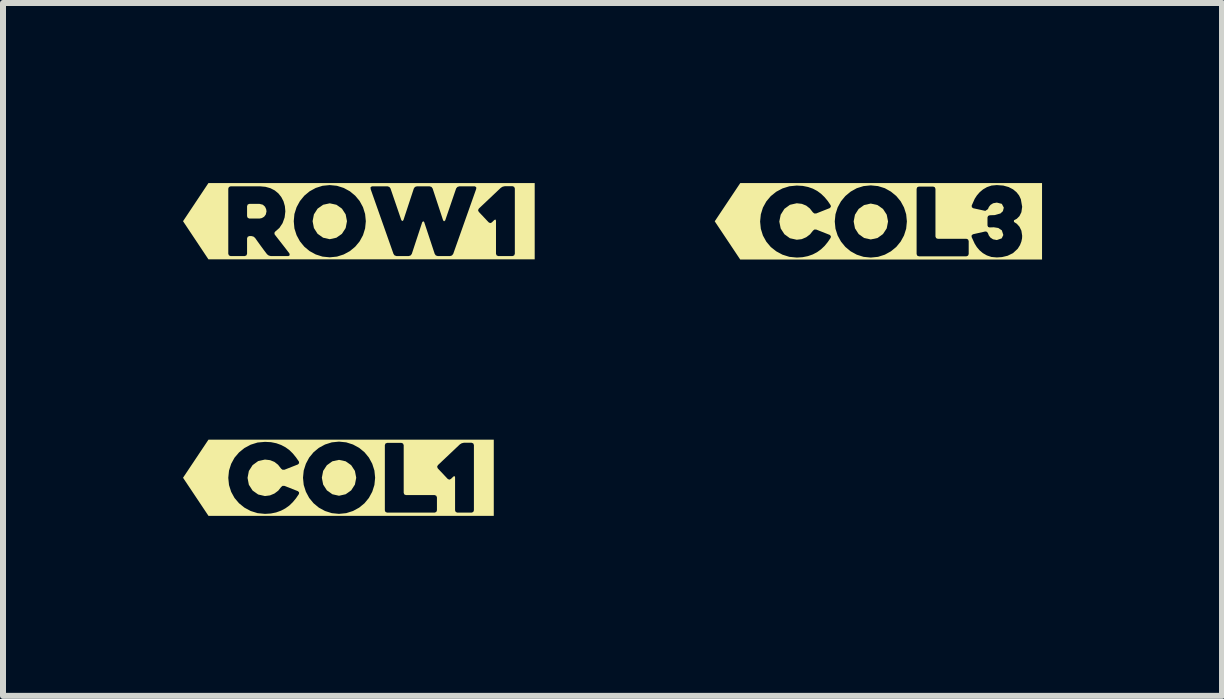
<source format=kicad_pcb>
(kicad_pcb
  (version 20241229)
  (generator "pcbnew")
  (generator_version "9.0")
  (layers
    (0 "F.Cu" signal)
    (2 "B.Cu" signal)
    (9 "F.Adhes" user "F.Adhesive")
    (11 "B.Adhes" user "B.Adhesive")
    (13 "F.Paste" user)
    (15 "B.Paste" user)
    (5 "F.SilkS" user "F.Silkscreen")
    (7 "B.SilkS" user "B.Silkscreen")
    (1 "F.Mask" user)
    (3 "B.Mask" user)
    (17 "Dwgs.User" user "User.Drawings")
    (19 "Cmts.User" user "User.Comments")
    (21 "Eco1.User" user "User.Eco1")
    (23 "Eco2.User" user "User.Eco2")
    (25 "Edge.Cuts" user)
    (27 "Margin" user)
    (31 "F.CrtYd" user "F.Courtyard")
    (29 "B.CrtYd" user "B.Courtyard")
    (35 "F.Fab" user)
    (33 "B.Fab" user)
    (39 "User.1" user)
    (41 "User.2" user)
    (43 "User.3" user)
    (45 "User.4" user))
  (footprint "kibuzzard-63106F48"
    (layer "F.Cu")
    (at 2.93 0.636)
    (property "Reference" "kibuzzard-63106F48" (at 0 -0.635 0) (layer "F.SilkS") (effects (font (size 0.001 0.001) (thickness 0.000003))))
    (attr board_only exclude_from_pos_files exclude_from_bom)
    (fp_poly (pts (xy -1.825 -0.044) (xy -1.657 -0.044) (xy -1.617 -0.052) (xy -1.579 -0.074) (xy -1.551 -0.111) (xy -1.539 -0.164) (xy -1.545 -0.201) (xy -1.564 -0.242) (xy -1.601 -0.275) (xy -1.657 -0.289) (xy -1.825 -0.289) (xy -1.852 -0.278) (xy -1.863 -0.251) (xy -1.863 -0.083) (xy -1.852 -0.056) (xy -1.825 -0.044)) (stroke (width 0) (type solid)) (fill yes) (layer "F.SilkS"))
    (fp_poly (pts (xy -0.771 0) (xy -0.749 0.114) (xy -0.688 0.21) (xy -0.596 0.275) (xy -0.485 0.3) (xy -0.374 0.275) (xy -0.282 0.21) (xy -0.22 0.114) (xy -0.198 0) (xy -0.22 -0.114) (xy -0.282 -0.209) (xy -0.374 -0.274) (xy -0.485 -0.298) (xy -0.596 -0.274) (xy -0.688 -0.209) (xy -0.749 -0.114) (xy -0.771 0)) (stroke (width 0) (type solid)) (fill yes) (layer "F.SilkS"))
    (fp_poly (pts (xy -2.176 -0.635) (xy -2.165 -0.57) (xy -2.138 -0.581) (xy -1.644 -0.581) (xy -1.556 -0.573) (xy -1.474 -0.55) (xy -1.402 -0.513) (xy -1.342 -0.464) (xy -1.293 -0.403) (xy -1.256 -0.332) (xy -1.233 -0.252) (xy -1.225 -0.164) (xy -1.237 -0.063) (xy -1.271 0.032) (xy -1.324 0.112) (xy -1.085 0) (xy -1.074 -0.12) (xy -1.038 -0.233) (xy -0.982 -0.336) (xy -0.909 -0.425) (xy -0.821 -0.498) (xy -0.719 -0.554) (xy -0.606 -0.59) (xy -0.485 -0.602) (xy -0.365 -0.59) (xy -0.252 -0.554) (xy -0.149 -0.498) (xy -0.061 -0.425) (xy 0.196 -0.535) (xy 0.195 -0.568) (xy 0.22 -0.581) (xy 0.478 -0.581) (xy 0.508 -0.571) (xy 0.527 -0.546) (xy 0.708 -0.017) (xy 0.725 -0.002) (xy 0.742 -0.017) (xy 0.916 -0.545) (xy 0.935 -0.571) (xy 0.967 -0.581) (xy 1.178 -0.581) (xy 1.21 -0.571) (xy 1.229 -0.545) (xy 1.404 -0.014) (xy 1.42 0.002) (xy 1.439 -0.014) (xy 1.621 -0.546) (xy 1.642 -0.571) (xy 1.674 -0.581) (xy 1.931 -0.581) (xy 1.955 -0.568) (xy 1.999 -0.21) (xy 2.366 -0.557) (xy 2.396 -0.575) (xy 2.431 -0.583) (xy 2.561 -0.583) (xy 2.588 -0.572) (xy 2.599 -0.545) (xy 2.599 0.543) (xy 2.588 0.57) (xy 2.561 0.581) (xy 2.323 0.581) (xy 2.296 0.57) (xy 2.285 0.543) (xy 2.285 -0.008) (xy 2.277 -0.028) (xy 2.258 -0.021) (xy 2.235 0.001) (xy 2.215 0.021) (xy 2.189 0.032) (xy 2.163 0.019) (xy 1.998 -0.156) (xy 1.986 -0.183) (xy 1.999 -0.21) (xy 1.955 -0.568) (xy 1.956 -0.54) (xy 1.572 0.545) (xy 1.551 0.571) (xy 1.52 0.581) (xy 1.315 0.581) (xy 1.283 0.571) (xy 1.264 0.545) (xy 1.089 0.016) (xy 1.073 0) (xy 1.056 0.016) (xy 0.882 0.545) (xy 0.862 0.571) (xy 0.831 0.581) (xy 0.626 0.581) (xy 0.594 0.569) (xy 0.577 0.545) (xy 0.196 -0.535) (xy -0.061 -0.425) (xy 0.013 -0.336) (xy 0.069 -0.233) (xy 0.104 -0.12) (xy 0.116 0) (xy 0.104 0.12) (xy 0.069 0.233) (xy 0.013 0.336) (xy -0.061 0.425) (xy -0.149 0.498) (xy -0.252 0.554) (xy -0.365 0.59) (xy -0.485 0.602) (xy -0.606 0.59) (xy -0.719 0.554) (xy -0.821 0.498) (xy -0.909 0.425) (xy -0.982 0.336) (xy -1.038 0.233) (xy -1.074 0.12) (xy -1.085 0) (xy -1.324 0.112) (xy -1.392 0.171) (xy -1.408 0.194) (xy -1.403 0.221) (xy -1.341 0.301) (xy -1.276 0.384) (xy -1.213 0.465) (xy -1.157 0.538) (xy -1.152 0.566) (xy -1.173 0.581) (xy -1.468 0.581) (xy -1.502 0.572) (xy -1.53 0.551) (xy -1.581 0.484) (xy -1.631 0.416) (xy -1.681 0.347) (xy -1.73 0.278) (xy -1.757 0.256) (xy -1.79 0.248) (xy -1.825 0.248) (xy -1.852 0.259) (xy -1.863 0.286) (xy -1.863 0.543) (xy -1.874 0.57) (xy -1.901 0.581) (xy -2.138 0.581) (xy -2.165 0.57) (xy -2.176 0.543) (xy -2.176 -0.543) (xy -2.165 -0.57) (xy -2.176 -0.635) (xy -2.507 -0.635) (xy -2.93 0) (xy -2.507 0.635) (xy -2.176 0.635) (xy 2.599 0.635) (xy 2.93 0.635) (xy 2.93 -0.635) (xy 2.599 -0.635) (xy -2.176 -0.635)) (stroke (width 0) (type solid)) (fill yes) (layer "F.SilkS")))
  (footprint "kibuzzard-63106F53"
    (layer "F.Cu")
    (at 11.587 0.638)
    (property "Reference" "kibuzzard-63106F53" (at 0 -0.638 0) (layer "F.SilkS") (effects (font (size 0.001 0.001) (thickness 0.000003))))
    (attr board_only exclude_from_pos_files exclude_from_bom)
    (fp_poly (pts (xy -0.412 0.002) (xy -0.39 0.117) (xy -0.329 0.212) (xy -0.238 0.278) (xy -0.127 0.302) (xy -0.015 0.278) (xy 0.077 0.212) (xy 0.139 0.117) (xy 0.161 0.002) (xy 0.139 -0.111) (xy 0.077 -0.206) (xy -0.015 -0.271) (xy -0.127 -0.296) (xy -0.238 -0.271) (xy -0.329 -0.206) (xy -0.39 -0.111) (xy -0.412 0.002)) (stroke (width 0) (type solid)) (fill yes) (layer "F.SilkS"))
    (fp_poly (pts (xy -1.971 -0.637) (xy -1.793 -0.42) (xy -1.702 -0.493) (xy -1.598 -0.548) (xy -1.483 -0.584) (xy -1.36 -0.596) (xy -1.26 -0.59) (xy -1.171 -0.572) (xy -1.091 -0.544) (xy -1.019 -0.506) (xy -0.954 -0.458) (xy -0.896 -0.402) (xy -0.843 -0.338) (xy -0.795 -0.267) (xy -0.792 -0.241) (xy -0.811 -0.22) (xy -1.036 -0.131) (xy -1.068 -0.131) (xy -1.092 -0.15) (xy -1.143 -0.215) (xy -1.203 -0.262) (xy -1.275 -0.291) (xy -1.36 -0.301) (xy -1.474 -0.275) (xy -1.566 -0.208) (xy -1.628 -0.11) (xy -0.727 0.002) (xy -0.715 -0.118) (xy -0.679 -0.231) (xy -0.623 -0.334) (xy -0.55 -0.422) (xy -0.462 -0.495) (xy -0.36 -0.552) (xy -0.247 -0.587) (xy -0.127 -0.599) (xy -0.006 -0.587) (xy 0.107 -0.552) (xy 0.209 -0.495) (xy 0.298 -0.422) (xy 0.371 -0.334) (xy 0.427 -0.231) (xy 0.463 -0.118) (xy 0.475 0.002) (xy 0.463 0.123) (xy 0.427 0.236) (xy 0.637 0.545) (xy 0.637 -0.541) (xy 0.647 -0.568) (xy 0.675 -0.579) (xy 0.913 -0.579) (xy 0.94 -0.568) (xy 0.951 -0.541) (xy 0.951 0.253) (xy 0.962 0.28) (xy 0.989 0.291) (xy 1.467 0.291) (xy 1.494 0.302) (xy 1.505 0.329) (xy 1.505 0.545) (xy 1.494 0.572) (xy 1.467 0.583) (xy 0.675 0.583) (xy 0.647 0.572) (xy 0.637 0.545) (xy 0.427 0.236) (xy 0.371 0.338) (xy 0.298 0.427) (xy 0.209 0.5) (xy 0.107 0.556) (xy -0.006 0.592) (xy -0.127 0.604) (xy -0.247 0.592) (xy -0.36 0.556) (xy -0.462 0.5) (xy -0.55 0.427) (xy -0.623 0.338) (xy -0.679 0.236) (xy -0.715 0.123) (xy -0.727 0.002) (xy -1.628 -0.11) (xy -1.651 0.004) (xy -1.628 0.119) (xy -1.566 0.215) (xy -1.474 0.282) (xy -1.36 0.307) (xy -1.277 0.297) (xy -1.202 0.265) (xy -1.139 0.217) (xy -1.09 0.156) (xy -1.067 0.137) (xy -1.036 0.137) (xy -0.811 0.226) (xy -0.792 0.246) (xy -0.795 0.274) (xy -0.843 0.345) (xy -0.896 0.41) (xy -0.955 0.466) (xy -1.021 0.514) (xy -1.094 0.552) (xy -1.174 0.58) (xy -1.263 0.598) (xy -1.36 0.604) (xy -1.483 0.592) (xy -1.598 0.556) (xy -1.702 0.5) (xy -1.793 0.428) (xy -1.867 0.34) (xy -1.924 0.237) (xy -1.959 0.124) (xy -1.971 0.004) (xy -1.959 -0.116) (xy -1.924 -0.229) (xy -1.867 -0.332) (xy -1.793 -0.42) (xy -1.971 -0.637) (xy -2.302 -0.637) (xy -2.727 0) (xy -2.302 0.637) (xy -1.971 0.637) (xy 2.396 0.637) (xy 2.321 0.458) (xy 2.243 0.53) (xy 2.153 0.574) (xy 2.06 0.596) (xy 1.974 0.602) (xy 1.884 0.594) (xy 1.807 0.568) (xy 1.741 0.53) (xy 1.686 0.483) (xy 1.64 0.429) (xy 1.604 0.371) (xy 1.553 0.26) (xy 1.555 0.231) (xy 1.578 0.215) (xy 1.782 0.169) (xy 1.809 0.175) (xy 1.826 0.198) (xy 1.84 0.235) (xy 1.867 0.271) (xy 1.911 0.3) (xy 1.974 0.312) (xy 2.055 0.284) (xy 2.082 0.228) (xy 2.057 0.15) (xy 1.998 0.111) (xy 1.923 0.099) (xy 1.855 0.102) (xy 1.828 0.094) (xy 1.818 0.069) (xy 1.818 -0.064) (xy 1.828 -0.09) (xy 1.856 -0.101) (xy 1.94 -0.104) (xy 2.034 -0.131) (xy 2.075 -0.169) (xy 2.09 -0.228) (xy 2.057 -0.291) (xy 1.974 -0.312) (xy 1.912 -0.301) (xy 1.869 -0.274) (xy 1.841 -0.239) (xy 1.826 -0.204) (xy 1.782 -0.174) (xy 1.58 -0.218) (xy 1.557 -0.235) (xy 1.555 -0.263) (xy 1.605 -0.375) (xy 1.642 -0.432) (xy 1.688 -0.485) (xy 1.744 -0.532) (xy 1.809 -0.57) (xy 1.885 -0.596) (xy 1.974 -0.604) (xy 2.081 -0.596) (xy 2.171 -0.571) (xy 2.244 -0.533) (xy 2.302 -0.485) (xy 2.345 -0.43) (xy 2.374 -0.368) (xy 2.396 -0.242) (xy 2.383 -0.152) (xy 2.351 -0.087) (xy 2.307 -0.043) (xy 2.259 -0.017) (xy 2.259 0.01) (xy 2.307 0.041) (xy 2.351 0.09) (xy 2.383 0.156) (xy 2.396 0.241) (xy 2.394 0.283) (xy 2.383 0.336) (xy 2.36 0.396) (xy 2.321 0.458) (xy 2.396 0.637) (xy 2.727 0.637) (xy 2.727 -0.637) (xy 2.396 -0.637) (xy -1.971 -0.637)) (stroke (width 0) (type solid)) (fill yes) (layer "F.SilkS")))
  (footprint "kibuzzard-63106F69"
    (layer "F.Cu")
    (at 2.589 4.911)
    (property "Reference" "kibuzzard-63106F69" (at 0 -0.635 0) (layer "F.SilkS") (effects (font (size 0.001 0.001) (thickness 0.000003))))
    (attr board_only exclude_from_pos_files exclude_from_bom)
    (fp_poly (pts (xy -0.276 0) (xy -0.254 0.114) (xy -0.192 0.21) (xy -0.101 0.275) (xy 0.01 0.3) (xy 0.121 0.275) (xy 0.213 0.21) (xy 0.275 0.114) (xy 0.297 0) (xy 0.275 -0.114) (xy 0.213 -0.209) (xy 0.121 -0.274) (xy 0.01 -0.298) (xy -0.101 -0.274) (xy -0.192 -0.209) (xy -0.254 -0.114) (xy -0.276 0)) (stroke (width 0) (type solid)) (fill yes) (layer "F.SilkS"))
    (fp_poly (pts (xy -1.835 -0.635) (xy -1.656 -0.422) (xy -1.566 -0.495) (xy -1.462 -0.551) (xy -1.347 -0.587) (xy -1.224 -0.598) (xy -1.124 -0.593) (xy -1.035 -0.575) (xy -0.954 -0.546) (xy -0.882 -0.508) (xy -0.817 -0.461) (xy -0.759 -0.404) (xy -0.707 -0.34) (xy -0.658 -0.27) (xy -0.655 -0.243) (xy -0.674 -0.222) (xy -0.9 -0.133) (xy -0.931 -0.133) (xy -0.955 -0.152) (xy -1.006 -0.217) (xy -1.066 -0.264) (xy -1.138 -0.293) (xy -1.224 -0.303) (xy -1.337 -0.278) (xy -1.43 -0.21) (xy -1.492 -0.113) (xy -0.59 0) (xy -0.578 -0.12) (xy -0.542 -0.233) (xy -0.487 -0.336) (xy -0.414 -0.425) (xy -0.326 -0.498) (xy -0.223 -0.554) (xy -0.11 -0.59) (xy 0.01 -0.602) (xy 0.13 -0.59) (xy 0.243 -0.554) (xy 0.346 -0.498) (xy 0.435 -0.425) (xy 0.508 -0.336) (xy 0.564 -0.233) (xy 0.6 -0.12) (xy 0.612 0) (xy 0.6 0.12) (xy 0.564 0.233) (xy 0.774 0.543) (xy 0.774 -0.543) (xy 0.784 -0.57) (xy 0.812 -0.581) (xy 1.05 -0.581) (xy 1.077 -0.57) (xy 1.088 -0.543) (xy 1.088 0.251) (xy 1.098 0.278) (xy 1.126 0.289) (xy 1.604 0.289) (xy 1.631 0.3) (xy 1.642 0.327) (xy 1.642 0.543) (xy 1.631 0.57) (xy 1.604 0.581) (xy 0.812 0.581) (xy 0.784 0.57) (xy 0.774 0.543) (xy 0.564 0.233) (xy 0.508 0.336) (xy 0.435 0.425) (xy 0.346 0.498) (xy 0.243 0.554) (xy 0.13 0.59) (xy 0.01 0.602) (xy -0.11 0.59) (xy -0.223 0.554) (xy -0.326 0.498) (xy -0.414 0.425) (xy -0.487 0.336) (xy -0.542 0.233) (xy -0.578 0.12) (xy -0.59 0) (xy -1.492 -0.113) (xy -1.514 0.002) (xy -1.492 0.117) (xy -1.43 0.213) (xy -1.337 0.279) (xy -1.224 0.305) (xy -1.14 0.294) (xy -1.066 0.263) (xy -1.002 0.215) (xy -0.954 0.154) (xy -0.931 0.135) (xy -0.9 0.135) (xy -0.674 0.224) (xy -0.655 0.244) (xy -0.658 0.271) (xy -0.707 0.343) (xy -0.76 0.407) (xy -0.819 0.464) (xy -0.885 0.511) (xy -0.957 0.549) (xy -1.038 0.578) (xy -1.126 0.596) (xy -1.224 0.602) (xy -1.347 0.59) (xy -1.462 0.554) (xy -1.566 0.498) (xy -1.656 0.425) (xy -1.731 0.337) (xy -1.787 0.235) (xy -1.823 0.122) (xy -1.835 0.002) (xy -1.823 -0.119) (xy -1.787 -0.232) (xy -1.731 -0.334) (xy -1.656 -0.422) (xy -1.835 -0.635) (xy -2.165 -0.635) (xy -2.589 0) (xy -2.165 0.635) (xy -1.835 0.635) (xy 2.258 0.635) (xy 2.258 0.543) (xy 2.247 0.57) (xy 2.22 0.581) (xy 1.982 0.581) (xy 1.955 0.57) (xy 1.944 0.543) (xy 1.944 -0.008) (xy 1.936 -0.028) (xy 1.917 -0.021) (xy 1.894 0.001) (xy 1.874 0.021) (xy 1.847 0.032) (xy 1.821 0.019) (xy 1.656 -0.156) (xy 1.645 -0.183) (xy 1.658 -0.21) (xy 2.025 -0.557) (xy 2.055 -0.575) (xy 2.09 -0.583) (xy 2.22 -0.583) (xy 2.247 -0.572) (xy 2.258 -0.545) (xy 2.258 0.543) (xy 2.258 0.635) (xy 2.589 0.635) (xy 2.589 -0.635) (xy 2.258 -0.635) (xy -1.835 -0.635)) (stroke (width 0) (type solid)) (fill yes) (layer "F.SilkS")))
  (gr_rect
    (start -3 -3)
    (end 17.313 8.546)
    (stroke (width 0.1) (type default))
    (fill no)
    (layer "Edge.Cuts")))
</source>
